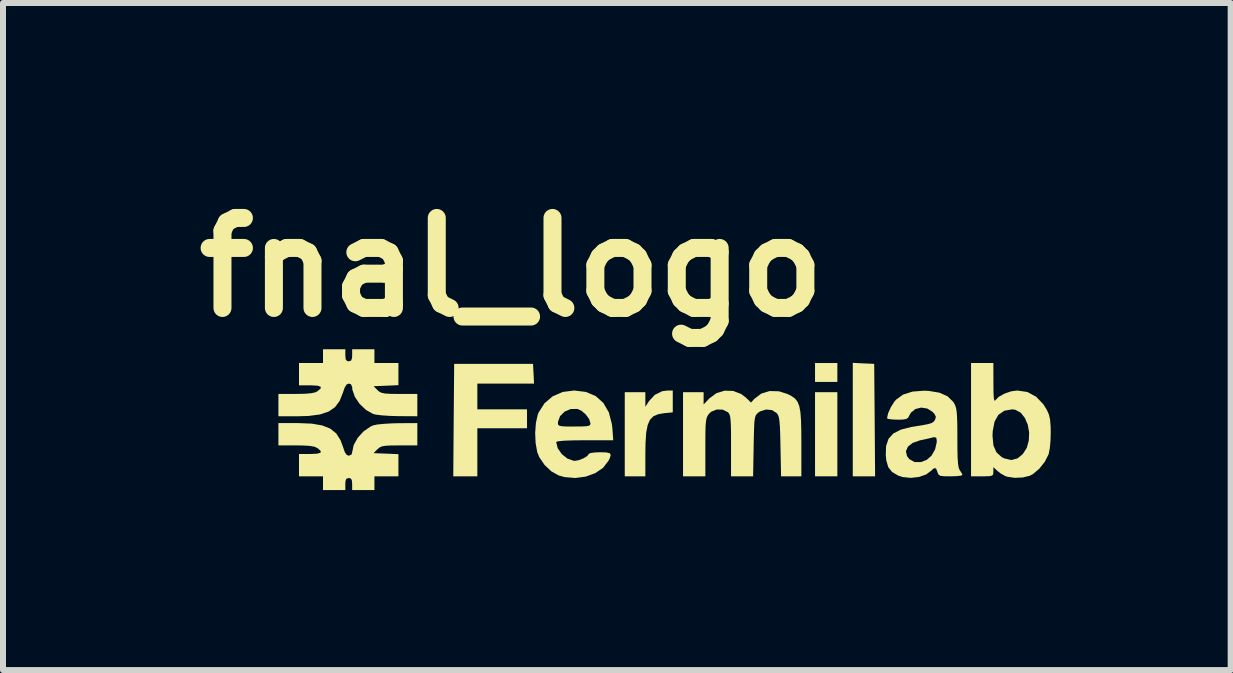
<source format=kicad_pcb>
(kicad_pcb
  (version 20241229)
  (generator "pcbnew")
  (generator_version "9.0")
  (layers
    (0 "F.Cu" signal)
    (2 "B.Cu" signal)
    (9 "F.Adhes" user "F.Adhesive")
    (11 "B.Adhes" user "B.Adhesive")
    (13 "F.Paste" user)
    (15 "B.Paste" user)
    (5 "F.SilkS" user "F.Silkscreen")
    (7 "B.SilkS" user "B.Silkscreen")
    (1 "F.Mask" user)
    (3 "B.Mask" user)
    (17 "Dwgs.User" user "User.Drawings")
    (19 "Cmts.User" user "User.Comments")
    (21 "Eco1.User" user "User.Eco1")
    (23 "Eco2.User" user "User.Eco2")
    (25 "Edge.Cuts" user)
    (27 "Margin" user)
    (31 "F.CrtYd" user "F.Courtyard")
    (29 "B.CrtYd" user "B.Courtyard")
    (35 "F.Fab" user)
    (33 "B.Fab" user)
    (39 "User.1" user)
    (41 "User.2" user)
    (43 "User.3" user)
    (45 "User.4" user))
  (footprint "fnal_logo"
    (layer "F.Cu")
    (at 8.019 3.944)
    (property "Reference" "fnal_logo" (at -2.54 -2.54 0) (layer "F.SilkS") (effects (font (size 1.5 1.5) (thickness 0.3))))
    (attr board_only exclude_from_pos_files exclude_from_bom)
    (fp_poly (pts (xy 2.886 -0.787) (xy 2.886 -0.629) (xy 2.7 -0.629) (xy 2.514 -0.629) (xy 2.514 -0.787) (xy 2.514 -0.944) (xy 2.7 -0.944) (xy 2.886 -0.944)) (stroke (width 0) (type solid)) (fill yes) (layer "F.SilkS"))
    (fp_poly (pts (xy 2.886 0.243) (xy 2.886 0.944) (xy 2.7 0.944) (xy 2.514 0.944) (xy 2.514 0.243) (xy 2.514 -0.458) (xy 2.7 -0.458) (xy 2.886 -0.458)) (stroke (width 0) (type solid)) (fill yes) (layer "F.SilkS"))
    (fp_poly (pts (xy 3.321 -0.938) (xy 3.5 -0.93) (xy 3.508 0.007) (xy 3.515 0.944) (xy 3.329 0.944) (xy 3.143 0.944) (xy 3.143 -0.001) (xy 3.143 -0.947)) (stroke (width 0) (type solid)) (fill yes) (layer "F.SilkS"))
    (fp_poly (pts (xy -2.177 -0.765) (xy -2.169 -0.601) (xy -2.641 -0.601) (xy -3.114 -0.601) (xy -3.114 -0.386) (xy -3.114 -0.172) (xy -2.7 -0.172) (xy -2.286 -0.172) (xy -2.286 -0.014) (xy -2.286 0.143) (xy -2.7 0.143) (xy -3.114 0.143) (xy -3.114 0.543) (xy -3.114 0.944) (xy -3.315 0.944) (xy -3.515 0.944) (xy -3.508 0.007) (xy -3.5 -0.93) (xy -2.843 -0.93) (xy -2.186 -0.93)) (stroke (width 0) (type solid)) (fill yes) (layer "F.SilkS"))
    (fp_poly (pts (xy 0.143 -0.304) (xy 0.143 -0.122) (xy -0.00029 -0.108) (xy -0.103 -0.09) (xy -0.181 -0.056) (xy -0.238 0.003) (xy -0.276 0.092) (xy -0.3 0.219) (xy -0.311 0.39) (xy -0.314 0.579) (xy -0.314 0.944) (xy -0.486 0.944) (xy -0.657 0.944) (xy -0.657 0.243) (xy -0.657 -0.458) (xy -0.486 -0.458) (xy -0.314 -0.458) (xy -0.314 -0.336) (xy -0.313 -0.215) (xy -0.253 -0.309) (xy -0.156 -0.414) (xy -0.033 -0.474) (xy 0.056 -0.486) (xy 0.143 -0.486)) (stroke (width 0) (type solid)) (fill yes) (layer "F.SilkS"))
    (fp_poly (pts (xy 5.487 -0.608) (xy 5.488 -0.46) (xy 5.493 -0.365) (xy 5.502 -0.319) (xy 5.514 -0.318) (xy 5.517 -0.322) (xy 5.576 -0.381) (xy 5.671 -0.434) (xy 5.781 -0.472) (xy 5.883 -0.486) (xy 6.053 -0.461) (xy 6.198 -0.383) (xy 6.321 -0.254) (xy 6.38 -0.157) (xy 6.412 -0.084) (xy 6.431 -0.001) (xy 6.44 0.11) (xy 6.442 0.215) (xy 6.438 0.354) (xy 6.426 0.479) (xy 6.408 0.571) (xy 6.404 0.582) (xy 6.341 0.705) (xy 6.249 0.82) (xy 6.144 0.908) (xy 6.094 0.934) (xy 5.978 0.963) (xy 5.842 0.969) (xy 5.718 0.951) (xy 5.686 0.94) (xy 5.611 0.899) (xy 5.55 0.851) (xy 5.486 0.791) (xy 5.486 0.867) (xy 5.483 0.909) (xy 5.466 0.931) (xy 5.423 0.941) (xy 5.339 0.944) (xy 5.3 0.944) (xy 5.114 0.944) (xy 5.114 0.273) (xy 5.472 0.273) (xy 5.487 0.429) (xy 5.536 0.543) (xy 5.623 0.623) (xy 5.666 0.645) (xy 5.783 0.673) (xy 5.889 0.645) (xy 5.976 0.574) (xy 6.043 0.469) (xy 6.077 0.345) (xy 6.082 0.212) (xy 6.059 0.084) (xy 6.011 -0.029) (xy 5.942 -0.116) (xy 5.852 -0.165) (xy 5.801 -0.172) (xy 5.669 -0.149) (xy 5.57 -0.081) (xy 5.506 0.032) (xy 5.475 0.192) (xy 5.472 0.273) (xy 5.114 0.273) (xy 5.114 0) (xy 5.114 -0.944) (xy 5.3 -0.944) (xy 5.486 -0.944)) (stroke (width 0) (type solid)) (fill yes) (layer "F.SilkS"))
    (fp_poly (pts (xy -5.875 0.066) (xy -5.699 0.096) (xy -5.565 0.149) (xy -5.465 0.23) (xy -5.394 0.342) (xy -5.354 0.45) (xy -5.322 0.543) (xy -5.289 0.589) (xy -5.255 0.601) (xy -5.209 0.58) (xy -5.2 0.543) (xy -5.175 0.424) (xy -5.108 0.303) (xy -5.01 0.195) (xy -4.894 0.115) (xy -4.85 0.095) (xy -4.784 0.081) (xy -4.676 0.07) (xy -4.544 0.062) (xy -4.436 0.059) (xy -4.114 0.057) (xy -4.114 0.243) (xy -4.114 0.429) (xy -4.414 0.429) (xy -4.551 0.43) (xy -4.643 0.435) (xy -4.703 0.445) (xy -4.744 0.464) (xy -4.778 0.493) (xy -4.779 0.493) (xy -4.843 0.558) (xy -4.636 0.566) (xy -4.429 0.575) (xy -4.429 0.759) (xy -4.429 0.944) (xy -4.629 0.944) (xy -4.829 0.944) (xy -4.829 1.058) (xy -4.829 1.173) (xy -5.014 1.173) (xy -5.2 1.173) (xy -5.2 1.073) (xy -5.206 1.004) (xy -5.231 0.976) (xy -5.257 0.973) (xy -5.297 0.984) (xy -5.312 1.027) (xy -5.314 1.073) (xy -5.314 1.173) (xy -5.5 1.173) (xy -5.686 1.173) (xy -5.686 1.058) (xy -5.686 0.944) (xy -5.886 0.944) (xy -6.086 0.944) (xy -6.086 0.758) (xy -6.086 0.572) (xy -5.9 0.572) (xy -5.787 0.567) (xy -5.729 0.552) (xy -5.722 0.525) (xy -5.765 0.483) (xy -5.778 0.474) (xy -5.827 0.451) (xy -5.906 0.437) (xy -6.024 0.43) (xy -6.135 0.429) (xy -6.429 0.429) (xy -6.429 0.243) (xy -6.429 0.057) (xy -6.099 0.057)) (stroke (width 0) (type solid)) (fill yes) (layer "F.SilkS"))
    (fp_poly (pts (xy -5.314 -1.073) (xy -5.308 -1.004) (xy -5.283 -0.976) (xy -5.257 -0.973) (xy -5.218 -0.984) (xy -5.202 -1.027) (xy -5.2 -1.073) (xy -5.2 -1.173) (xy -5.014 -1.173) (xy -4.829 -1.173) (xy -4.829 -1.058) (xy -4.829 -0.944) (xy -4.629 -0.944) (xy -4.429 -0.944) (xy -4.429 -0.759) (xy -4.429 -0.575) (xy -4.636 -0.566) (xy -4.843 -0.558) (xy -4.779 -0.493) (xy -4.745 -0.464) (xy -4.704 -0.446) (xy -4.645 -0.435) (xy -4.553 -0.43) (xy -4.418 -0.429) (xy -4.414 -0.429) (xy -4.114 -0.429) (xy -4.114 -0.243) (xy -4.114 -0.057) (xy -4.436 -0.059) (xy -4.576 -0.063) (xy -4.704 -0.072) (xy -4.803 -0.084) (xy -4.85 -0.095) (xy -4.969 -0.162) (xy -5.075 -0.262) (xy -5.155 -0.38) (xy -5.197 -0.501) (xy -5.2 -0.543) (xy -5.22 -0.591) (xy -5.255 -0.601) (xy -5.293 -0.586) (xy -5.325 -0.534) (xy -5.354 -0.45) (xy -5.409 -0.312) (xy -5.486 -0.208) (xy -5.594 -0.134) (xy -5.737 -0.087) (xy -5.924 -0.062) (xy -6.099 -0.057) (xy -6.429 -0.057) (xy -6.429 -0.243) (xy -6.429 -0.429) (xy -6.135 -0.429) (xy -5.983 -0.432) (xy -5.878 -0.441) (xy -5.81 -0.457) (xy -5.778 -0.474) (xy -5.726 -0.518) (xy -5.724 -0.548) (xy -5.773 -0.566) (xy -5.876 -0.572) (xy -5.9 -0.572) (xy -6.086 -0.572) (xy -6.086 -0.758) (xy -6.086 -0.944) (xy -5.886 -0.944) (xy -5.686 -0.944) (xy -5.686 -1.058) (xy -5.686 -1.173) (xy -5.5 -1.173) (xy -5.314 -1.173)) (stroke (width 0) (type solid)) (fill yes) (layer "F.SilkS"))
    (fp_poly (pts (xy -1.304 -0.462) (xy -1.141 -0.393) (xy -1.014 -0.279) (xy -0.923 -0.123) (xy -0.872 0.072) (xy -0.863 0.15) (xy -0.849 0.343) (xy -1.325 0.343) (xy -1.52 0.345) (xy -1.666 0.35) (xy -1.76 0.359) (xy -1.799 0.37) (xy -1.8 0.373) (xy -1.774 0.477) (xy -1.707 0.573) (xy -1.614 0.648) (xy -1.511 0.685) (xy -1.486 0.686) (xy -1.42 0.674) (xy -1.347 0.645) (xy -1.285 0.608) (xy -1.257 0.574) (xy -1.257 0.571) (xy -1.231 0.557) (xy -1.163 0.547) (xy -1.071 0.543) (xy -0.964 0.546) (xy -0.906 0.56) (xy -0.891 0.592) (xy -0.91 0.65) (xy -0.929 0.686) (xy -1.019 0.803) (xy -1.149 0.891) (xy -1.307 0.949) (xy -1.481 0.972) (xy -1.659 0.957) (xy -1.757 0.93) (xy -1.881 0.861) (xy -1.994 0.754) (xy -2.081 0.626) (xy -2.116 0.54) (xy -2.143 0.388) (xy -2.15 0.22) (xy -2.138 0.056) (xy -1.771 0.056) (xy -1.768 0.083) (xy -1.749 0.1) (xy -1.705 0.11) (xy -1.624 0.114) (xy -1.5 0.114) (xy -1.374 0.113) (xy -1.294 0.109) (xy -1.25 0.1) (xy -1.232 0.082) (xy -1.229 0.059) (xy -1.251 -0.011) (xy -1.308 -0.088) (xy -1.382 -0.151) (xy -1.447 -0.179) (xy -1.559 -0.177) (xy -1.66 -0.134) (xy -1.735 -0.059) (xy -1.77 0.036) (xy -1.771 0.056) (xy -2.138 0.056) (xy -2.138 0.055) (xy -2.107 -0.083) (xy -2.094 -0.117) (xy -1.995 -0.273) (xy -1.859 -0.389) (xy -1.691 -0.462) (xy -1.5 -0.486)) (stroke (width 0) (type solid)) (fill yes) (layer "F.SilkS"))
    (fp_poly (pts (xy 1.149 -0.479) (xy 1.283 -0.428) (xy 1.357 -0.372) (xy 1.447 -0.285) (xy 1.502 -0.346) (xy 1.617 -0.434) (xy 1.757 -0.477) (xy 1.912 -0.473) (xy 2.049 -0.43) (xy 2.123 -0.393) (xy 2.18 -0.352) (xy 2.222 -0.299) (xy 2.251 -0.227) (xy 2.27 -0.127) (xy 2.28 0.007) (xy 2.285 0.184) (xy 2.286 0.379) (xy 2.286 0.944) (xy 2.117 0.944) (xy 1.948 0.944) (xy 1.938 0.446) (xy 1.934 0.263) (xy 1.929 0.128) (xy 1.922 0.033) (xy 1.913 -0.031) (xy 1.899 -0.074) (xy 1.881 -0.104) (xy 1.874 -0.111) (xy 1.795 -0.16) (xy 1.696 -0.169) (xy 1.598 -0.138) (xy 1.567 -0.117) (xy 1.543 -0.095) (xy 1.525 -0.069) (xy 1.513 -0.03) (xy 1.504 0.031) (xy 1.499 0.122) (xy 1.495 0.252) (xy 1.491 0.431) (xy 1.491 0.441) (xy 1.482 0.944) (xy 1.298 0.944) (xy 1.114 0.944) (xy 1.114 0.433) (xy 1.114 0.249) (xy 1.112 0.113) (xy 1.107 0.017) (xy 1.1 -0.047) (xy 1.088 -0.088) (xy 1.072 -0.114) (xy 1.062 -0.124) (xy 0.976 -0.167) (xy 0.876 -0.169) (xy 0.784 -0.133) (xy 0.745 -0.096) (xy 0.723 -0.064) (xy 0.707 -0.027) (xy 0.697 0.026) (xy 0.69 0.103) (xy 0.687 0.214) (xy 0.686 0.368) (xy 0.686 0.462) (xy 0.686 0.944) (xy 0.5 0.944) (xy 0.314 0.944) (xy 0.314 0.243) (xy 0.314 -0.458) (xy 0.486 -0.458) (xy 0.657 -0.458) (xy 0.657 -0.356) (xy 0.657 -0.253) (xy 0.751 -0.353) (xy 0.869 -0.441) (xy 1.007 -0.483)) (stroke (width 0) (type solid)) (fill yes) (layer "F.SilkS"))
    (fp_poly (pts (xy 4.412 -0.479) (xy 4.59 -0.449) (xy 4.723 -0.389) (xy 4.817 -0.297) (xy 4.83 -0.277) (xy 4.85 -0.238) (xy 4.865 -0.191) (xy 4.875 -0.128) (xy 4.881 -0.039) (xy 4.885 0.087) (xy 4.886 0.257) (xy 4.886 0.302) (xy 4.887 0.492) (xy 4.89 0.632) (xy 4.897 0.731) (xy 4.907 0.797) (xy 4.922 0.837) (xy 4.928 0.845) (xy 4.961 0.897) (xy 4.971 0.922) (xy 4.945 0.933) (xy 4.876 0.941) (xy 4.78 0.944) (xy 4.772 0.944) (xy 4.667 0.943) (xy 4.605 0.936) (xy 4.574 0.918) (xy 4.558 0.886) (xy 4.555 0.872) (xy 4.53 0.813) (xy 4.495 0.809) (xy 4.453 0.848) (xy 4.367 0.913) (xy 4.246 0.955) (xy 4.108 0.97) (xy 3.973 0.956) (xy 3.9 0.932) (xy 3.798 0.872) (xy 3.734 0.791) (xy 3.701 0.676) (xy 3.693 0.592) (xy 3.695 0.525) (xy 4.029 0.525) (xy 4.046 0.606) (xy 4.086 0.658) (xy 4.173 0.707) (xy 4.281 0.706) (xy 4.375 0.67) (xy 4.455 0.6) (xy 4.515 0.495) (xy 4.542 0.376) (xy 4.543 0.355) (xy 4.535 0.302) (xy 4.503 0.291) (xy 4.478 0.296) (xy 4.413 0.312) (xy 4.319 0.333) (xy 4.264 0.344) (xy 4.142 0.387) (xy 4.062 0.45) (xy 4.029 0.525) (xy 3.695 0.525) (xy 3.698 0.438) (xy 3.739 0.319) (xy 3.819 0.23) (xy 3.944 0.166) (xy 4.117 0.122) (xy 4.161 0.115) (xy 4.3 0.093) (xy 4.394 0.075) (xy 4.452 0.058) (xy 4.487 0.037) (xy 4.509 0.01) (xy 4.515 -0.001) (xy 4.528 -0.048) (xy 4.504 -0.096) (xy 4.474 -0.129) (xy 4.384 -0.186) (xy 4.282 -0.201) (xy 4.186 -0.177) (xy 4.111 -0.116) (xy 4.085 -0.07) (xy 4.065 -0.031) (xy 4.031 -0.01) (xy 3.968 -0.001) (xy 3.886 0) (xy 3.796 -0.004) (xy 3.733 -0.013) (xy 3.714 -0.024) (xy 3.732 -0.107) (xy 3.777 -0.207) (xy 3.837 -0.302) (xy 3.865 -0.334) (xy 3.981 -0.418) (xy 4.139 -0.468) (xy 4.331 -0.483)) (stroke (width 0) (type solid)) (fill yes) (layer "F.SilkS")))
  (gr_rect
    (start -3 -3)
    (end 17.46 8.117)
    (stroke (width 0.1) (type default))
    (fill no)
    (layer "Edge.Cuts")))
</source>
